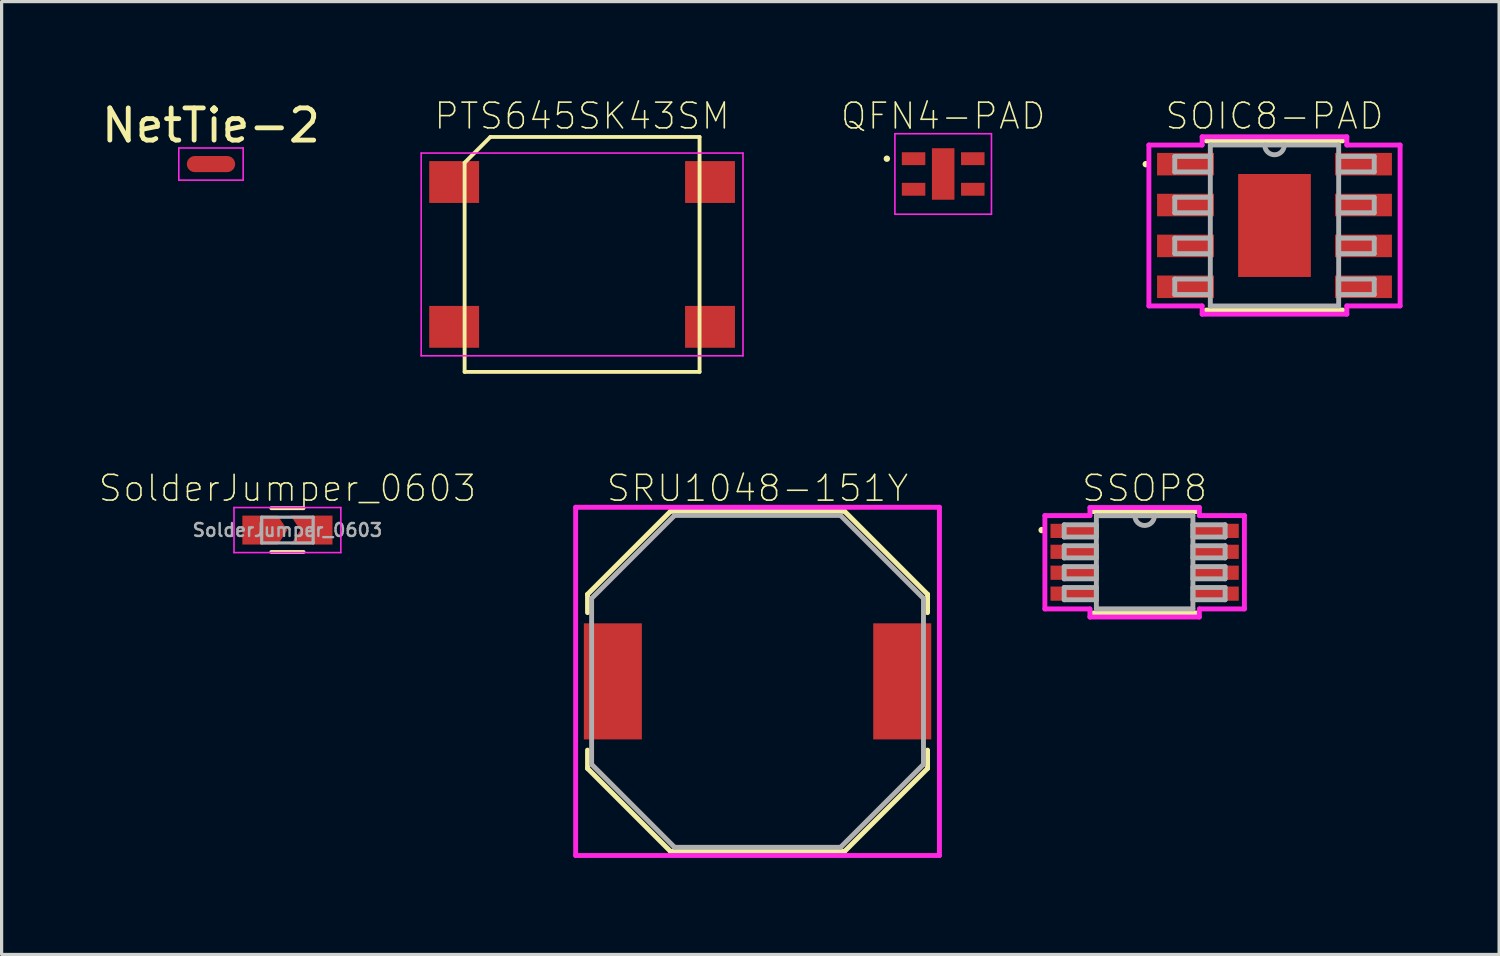
<source format=kicad_pcb>
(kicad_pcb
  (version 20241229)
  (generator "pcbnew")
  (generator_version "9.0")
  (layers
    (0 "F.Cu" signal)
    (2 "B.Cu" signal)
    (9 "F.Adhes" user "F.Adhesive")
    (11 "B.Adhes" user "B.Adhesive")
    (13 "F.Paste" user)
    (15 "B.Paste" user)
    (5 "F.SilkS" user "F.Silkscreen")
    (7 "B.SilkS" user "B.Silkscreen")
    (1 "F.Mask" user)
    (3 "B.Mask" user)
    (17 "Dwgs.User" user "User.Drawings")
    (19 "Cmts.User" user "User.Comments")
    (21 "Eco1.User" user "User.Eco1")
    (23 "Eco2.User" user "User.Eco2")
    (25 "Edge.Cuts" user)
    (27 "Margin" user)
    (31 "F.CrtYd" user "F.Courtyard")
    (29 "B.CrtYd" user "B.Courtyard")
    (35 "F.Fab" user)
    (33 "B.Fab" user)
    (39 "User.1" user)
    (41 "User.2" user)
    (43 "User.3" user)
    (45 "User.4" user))
  (footprint "SOIC8-PAD"
    (layer "F.Cu")
    (at 36.552 3.956)
    (property "Reference" "SOIC8-PAD" (at 0 -3.4 0) (layer "F.SilkS") (effects (font (size 0.8 0.8) (thickness 0.05))))
    (attr through_hole)
    (fp_line (start -2.121 2.629) (end 2.121 2.629) (stroke (width 0.152) (type solid)) (layer "F.SilkS"))
    (fp_line (start 2.121 -2.629) (end -2.121 -2.629) (stroke (width 0.152) (type solid)) (layer "F.SilkS"))
    (fp_circle (center -4 -1.905) (end -3.95 -1.905) (stroke (width 0.1) (type solid)) (fill no) (layer "F.SilkS"))
    (fp_line (start -3.903 -2.5) (end -2.248 -2.5) (stroke (width 0.152) (type solid)) (layer "F.CrtYd"))
    (fp_line (start -3.903 2.5) (end -3.903 -2.5) (stroke (width 0.152) (type solid)) (layer "F.CrtYd"))
    (fp_line (start -2.248 -2.756) (end 2.248 -2.756) (stroke (width 0.152) (type solid)) (layer "F.CrtYd"))
    (fp_line (start -2.248 -2.5) (end -2.248 -2.756) (stroke (width 0.152) (type solid)) (layer "F.CrtYd"))
    (fp_line (start -2.248 2.5) (end -3.903 2.5) (stroke (width 0.152) (type solid)) (layer "F.CrtYd"))
    (fp_line (start -2.248 2.756) (end -2.248 2.5) (stroke (width 0.152) (type solid)) (layer "F.CrtYd"))
    (fp_line (start 2.248 -2.756) (end 2.248 -2.5) (stroke (width 0.152) (type solid)) (layer "F.CrtYd"))
    (fp_line (start 2.248 -2.5) (end 3.903 -2.5) (stroke (width 0.152) (type solid)) (layer "F.CrtYd"))
    (fp_line (start 2.248 2.5) (end 2.248 2.756) (stroke (width 0.152) (type solid)) (layer "F.CrtYd"))
    (fp_line (start 2.248 2.756) (end -2.248 2.756) (stroke (width 0.152) (type solid)) (layer "F.CrtYd"))
    (fp_line (start 3.903 -2.5) (end 3.903 2.5) (stroke (width 0.152) (type solid)) (layer "F.CrtYd"))
    (fp_line (start 3.903 2.5) (end 2.248 2.5) (stroke (width 0.152) (type solid)) (layer "F.CrtYd"))
    (fp_line (start -3.099 -2.146) (end -3.099 -1.664) (stroke (width 0.152) (type solid)) (layer "F.Fab"))
    (fp_line (start -3.099 -1.664) (end -1.994 -1.664) (stroke (width 0.152) (type solid)) (layer "F.Fab"))
    (fp_line (start -3.099 -0.876) (end -3.099 -0.394) (stroke (width 0.152) (type solid)) (layer "F.Fab"))
    (fp_line (start -3.099 -0.394) (end -1.994 -0.394) (stroke (width 0.152) (type solid)) (layer "F.Fab"))
    (fp_line (start -3.099 0.394) (end -3.099 0.876) (stroke (width 0.152) (type solid)) (layer "F.Fab"))
    (fp_line (start -3.099 0.876) (end -1.994 0.876) (stroke (width 0.152) (type solid)) (layer "F.Fab"))
    (fp_line (start -3.099 1.664) (end -3.099 2.146) (stroke (width 0.152) (type solid)) (layer "F.Fab"))
    (fp_line (start -3.099 2.146) (end -1.994 2.146) (stroke (width 0.152) (type solid)) (layer "F.Fab"))
    (fp_line (start -1.994 -2.502) (end -1.994 2.502) (stroke (width 0.152) (type solid)) (layer "F.Fab"))
    (fp_line (start -1.994 -2.146) (end -3.099 -2.146) (stroke (width 0.152) (type solid)) (layer "F.Fab"))
    (fp_line (start -1.994 -1.664) (end -1.994 -2.146) (stroke (width 0.152) (type solid)) (layer "F.Fab"))
    (fp_line (start -1.994 -0.876) (end -3.099 -0.876) (stroke (width 0.152) (type solid)) (layer "F.Fab"))
    (fp_line (start -1.994 -0.394) (end -1.994 -0.876) (stroke (width 0.152) (type solid)) (layer "F.Fab"))
    (fp_line (start -1.994 0.394) (end -3.099 0.394) (stroke (width 0.152) (type solid)) (layer "F.Fab"))
    (fp_line (start -1.994 0.876) (end -1.994 0.394) (stroke (width 0.152) (type solid)) (layer "F.Fab"))
    (fp_line (start -1.994 1.664) (end -3.099 1.664) (stroke (width 0.152) (type solid)) (layer "F.Fab"))
    (fp_line (start -1.994 2.146) (end -1.994 1.664) (stroke (width 0.152) (type solid)) (layer "F.Fab"))
    (fp_line (start -1.994 2.502) (end 1.994 2.502) (stroke (width 0.152) (type solid)) (layer "F.Fab"))
    (fp_line (start 1.994 -2.502) (end -1.994 -2.502) (stroke (width 0.152) (type solid)) (layer "F.Fab"))
    (fp_line (start 1.994 -2.146) (end 1.994 -1.664) (stroke (width 0.152) (type solid)) (layer "F.Fab"))
    (fp_line (start 1.994 -1.664) (end 3.099 -1.664) (stroke (width 0.152) (type solid)) (layer "F.Fab"))
    (fp_line (start 1.994 -0.876) (end 1.994 -0.394) (stroke (width 0.152) (type solid)) (layer "F.Fab"))
    (fp_line (start 1.994 -0.394) (end 3.099 -0.394) (stroke (width 0.152) (type solid)) (layer "F.Fab"))
    (fp_line (start 1.994 0.394) (end 1.994 0.876) (stroke (width 0.152) (type solid)) (layer "F.Fab"))
    (fp_line (start 1.994 0.876) (end 3.099 0.876) (stroke (width 0.152) (type solid)) (layer "F.Fab"))
    (fp_line (start 1.994 1.664) (end 1.994 2.146) (stroke (width 0.152) (type solid)) (layer "F.Fab"))
    (fp_line (start 1.994 2.146) (end 3.099 2.146) (stroke (width 0.152) (type solid)) (layer "F.Fab"))
    (fp_line (start 1.994 2.502) (end 1.994 -2.502) (stroke (width 0.152) (type solid)) (layer "F.Fab"))
    (fp_line (start 3.099 -2.146) (end 1.994 -2.146) (stroke (width 0.152) (type solid)) (layer "F.Fab"))
    (fp_line (start 3.099 -1.664) (end 3.099 -2.146) (stroke (width 0.152) (type solid)) (layer "F.Fab"))
    (fp_line (start 3.099 -0.876) (end 1.994 -0.876) (stroke (width 0.152) (type solid)) (layer "F.Fab"))
    (fp_line (start 3.099 -0.394) (end 3.099 -0.876) (stroke (width 0.152) (type solid)) (layer "F.Fab"))
    (fp_line (start 3.099 0.394) (end 1.994 0.394) (stroke (width 0.152) (type solid)) (layer "F.Fab"))
    (fp_line (start 3.099 0.876) (end 3.099 0.394) (stroke (width 0.152) (type solid)) (layer "F.Fab"))
    (fp_line (start 3.099 1.664) (end 1.994 1.664) (stroke (width 0.152) (type solid)) (layer "F.Fab"))
    (fp_line (start 3.099 2.146) (end 3.099 1.664) (stroke (width 0.152) (type solid)) (layer "F.Fab"))
    (fp_arc (start 0.3048 -2.5019) (mid 0 -2.1971) (end -0.3048 -2.5019) (stroke (width 0.1524) (type solid)) (layer "F.Fab"))
    (pad "1" smd rect (at -2.764 -1.905) (size 1.77 0.7) (layers "F.Cu" "F.Mask" "F.Paste"))
    (pad "2" smd rect (at -2.764 -0.635) (size 1.77 0.7) (layers "F.Cu" "F.Mask" "F.Paste"))
    (pad "3" smd rect (at -2.764 0.635) (size 1.77 0.7) (layers "F.Cu" "F.Mask" "F.Paste"))
    (pad "4" smd rect (at -2.764 1.905) (size 1.77 0.7) (layers "F.Cu" "F.Mask" "F.Paste"))
    (pad "5" smd rect (at 2.764 1.905) (size 1.77 0.7) (layers "F.Cu" "F.Mask" "F.Paste"))
    (pad "6" smd rect (at 2.764 0.635) (size 1.77 0.7) (layers "F.Cu" "F.Mask" "F.Paste"))
    (pad "7" smd rect (at 2.764 -0.635) (size 1.77 0.7) (layers "F.Cu" "F.Mask" "F.Paste"))
    (pad "8" smd rect (at 2.764 -1.905) (size 1.77 0.7) (layers "F.Cu" "F.Mask" "F.Paste"))
    (pad "9" smd rect (at 0 0) (size 2.26 3.2) (layers "F.Cu" "F.Mask" "F.Paste")))
  (footprint "SRU1048-151Y"
    (layer "F.Cu")
    (at 20.489 18.122)
    (property "Reference" "SRU1048-151Y" (at 0 -6 0) (layer "F.SilkS") (effects (font (size 0.8 0.8) (thickness 0.05))))
    (attr through_hole)
    (fp_line (start -5.283 -2.705) (end -5.283 -2.136) (stroke (width 0.152) (type solid)) (layer "F.SilkS"))
    (fp_line (start -5.283 2.136) (end -5.283 2.705) (stroke (width 0.152) (type solid)) (layer "F.SilkS"))
    (fp_line (start -5.283 2.705) (end -2.705 5.283) (stroke (width 0.152) (type solid)) (layer "F.SilkS"))
    (fp_line (start -2.705 -5.283) (end -5.283 -2.705) (stroke (width 0.152) (type solid)) (layer "F.SilkS"))
    (fp_line (start -2.705 5.283) (end 2.705 5.283) (stroke (width 0.152) (type solid)) (layer "F.SilkS"))
    (fp_line (start 2.705 -5.283) (end -2.705 -5.283) (stroke (width 0.152) (type solid)) (layer "F.SilkS"))
    (fp_line (start 2.705 5.283) (end 5.283 2.705) (stroke (width 0.152) (type solid)) (layer "F.SilkS"))
    (fp_line (start 5.283 -2.705) (end 2.705 -5.283) (stroke (width 0.152) (type solid)) (layer "F.SilkS"))
    (fp_line (start 5.283 -2.136) (end 5.283 -2.705) (stroke (width 0.152) (type solid)) (layer "F.SilkS"))
    (fp_line (start 5.283 2.705) (end 5.283 2.136) (stroke (width 0.152) (type solid)) (layer "F.SilkS"))
    (fp_line (start -5.652 -5.41) (end 5.652 -5.41) (stroke (width 0.152) (type solid)) (layer "F.CrtYd"))
    (fp_line (start -5.652 5.41) (end -5.652 -5.41) (stroke (width 0.152) (type solid)) (layer "F.CrtYd"))
    (fp_line (start 5.652 -5.41) (end 5.652 5.41) (stroke (width 0.152) (type solid)) (layer "F.CrtYd"))
    (fp_line (start 5.652 5.41) (end -5.652 5.41) (stroke (width 0.152) (type solid)) (layer "F.CrtYd"))
    (fp_line (start -5.156 -2.578) (end -5.156 2.578) (stroke (width 0.152) (type solid)) (layer "F.Fab"))
    (fp_line (start -5.156 2.578) (end -2.578 5.156) (stroke (width 0.152) (type solid)) (layer "F.Fab"))
    (fp_line (start -2.578 -5.156) (end -5.156 -2.578) (stroke (width 0.152) (type solid)) (layer "F.Fab"))
    (fp_line (start -2.578 5.156) (end 2.578 5.156) (stroke (width 0.152) (type solid)) (layer "F.Fab"))
    (fp_line (start 2.578 -5.156) (end -2.578 -5.156) (stroke (width 0.152) (type solid)) (layer "F.Fab"))
    (fp_line (start 2.578 5.156) (end 5.156 2.578) (stroke (width 0.152) (type solid)) (layer "F.Fab"))
    (fp_line (start 5.156 -2.578) (end 2.578 -5.156) (stroke (width 0.152) (type solid)) (layer "F.Fab"))
    (fp_line (start 5.156 2.578) (end 5.156 -2.578) (stroke (width 0.152) (type solid)) (layer "F.Fab"))
    (pad "1" smd rect (at -4.496 0) (size 1.803 3.607) (layers "F.Cu" "F.Mask" "F.Paste"))
    (pad "2" smd rect (at 4.496 0) (size 1.803 3.607) (layers "F.Cu" "F.Mask" "F.Paste")))
  (footprint "SolderJumper_0603"
    (layer "F.Cu")
    (at 5.881 13.421)
    (property "Reference" "SolderJumper_0603" (at 0 -1.3 0) (layer "F.SilkS") (effects (font (size 0.8 0.8) (thickness 0.05))))
    (attr smd)
    (fp_poly (pts (xy -1.4 -0.45) (xy -1.4 -0.2) (xy -0.9 -0.2) (xy -0.9 -0.45)) (stroke (width 0) (type solid)) (fill yes) (layer "F.Mask"))
    (fp_line (start -0.5 -0.68) (end 0.5 -0.68) (stroke (width 0.12) (type solid)) (layer "F.SilkS"))
    (fp_line (start 0.5 0.68) (end -0.5 0.68) (stroke (width 0.12) (type solid)) (layer "F.SilkS"))
    (fp_line (start -1.66 -0.7) (end -1.66 0.7) (stroke (width 0.05) (type solid)) (layer "F.CrtYd"))
    (fp_line (start -1.66 -0.7) (end 1.66 -0.7) (stroke (width 0.05) (type solid)) (layer "F.CrtYd"))
    (fp_line (start 1.66 0.7) (end -1.66 0.7) (stroke (width 0.05) (type solid)) (layer "F.CrtYd"))
    (fp_line (start 1.66 0.7) (end 1.66 -0.7) (stroke (width 0.05) (type solid)) (layer "F.CrtYd"))
    (fp_line (start -0.8 -0.4) (end 0.8 -0.4) (stroke (width 0.1) (type solid)) (layer "F.Fab"))
    (fp_line (start -0.8 0.4) (end -0.8 -0.4) (stroke (width 0.1) (type solid)) (layer "F.Fab"))
    (fp_line (start 0.8 -0.4) (end 0.8 0.4) (stroke (width 0.1) (type solid)) (layer "F.Fab"))
    (fp_line (start 0.8 0.4) (end -0.8 0.4) (stroke (width 0.1) (type solid)) (layer "F.Fab"))
    (fp_text user "${REFERENCE}" (at 0 0 0) (layer "F.Fab") (effects (font (size 0.4 0.4) (thickness 0.075))))
    (pad "1" smd custom (at -0.8 0) (size 0.8 0.5) (layers "F.Cu" "F.Mask" "F.Paste") (options (anchor rect)) (primitives (gr_poly (pts (xy 0.5 0.45) (xy -0.6 0.45) (xy -0.6 -0.45) (xy 0.5 -0.45) (xy 0.8 0)) (width 0) (fill yes))))
    (pad "2" smd custom (at 0.8 0) (size 0.8 0.5) (layers "F.Cu" "F.Mask" "F.Paste") (options (anchor rect)) (primitives (gr_poly (pts (xy -0.7 -0.45) (xy 0.6 -0.45) (xy 0.6 0.45) (xy -0.7 0.45) (xy -0.4 0)) (width 0) (fill yes)))))
  (footprint "PTS645SK43SM"
    (layer "F.Cu")
    (at 15.037 4.856)
    (property "Reference" "PTS645SK43SM" (at 0 -4.3 180) (layer "F.SilkS") (effects (font (size 0.8 0.8) (thickness 0.05))))
    (attr smd)
    (fp_line (start -3.65 -2.85) (end -3.65 3.65) (stroke (width 0.12) (type solid)) (layer "F.SilkS"))
    (fp_line (start -3.65 3.65) (end 3.65 3.65) (stroke (width 0.12) (type solid)) (layer "F.SilkS"))
    (fp_line (start -2.85 -3.65) (end -3.65 -2.85) (stroke (width 0.12) (type solid)) (layer "F.SilkS"))
    (fp_line (start 3.65 -3.65) (end -2.85 -3.65) (stroke (width 0.12) (type solid)) (layer "F.SilkS"))
    (fp_line (start 3.65 3.65) (end 3.65 -3.65) (stroke (width 0.12) (type solid)) (layer "F.SilkS"))
    (fp_line (start -5 -3.15) (end -5 3.15) (stroke (width 0.05) (type solid)) (layer "F.CrtYd"))
    (fp_line (start -5 3.15) (end 5 3.15) (stroke (width 0.05) (type solid)) (layer "F.CrtYd"))
    (fp_line (start 5 -3.15) (end -5 -3.15) (stroke (width 0.05) (type solid)) (layer "F.CrtYd"))
    (fp_line (start 5 3.15) (end 5 -3.15) (stroke (width 0.05) (type solid)) (layer "F.CrtYd"))
    (pad "1" smd rect (at -3.975 -2.25) (size 1.55 1.3) (layers "F.Cu" "F.Mask" "F.Paste"))
    (pad "1" smd rect (at 3.975 -2.25) (size 1.55 1.3) (layers "F.Cu" "F.Mask" "F.Paste"))
    (pad "2" smd rect (at -3.975 2.25) (size 1.55 1.3) (layers "F.Cu" "F.Mask" "F.Paste"))
    (pad "2" smd rect (at 3.975 2.25) (size 1.55 1.3) (layers "F.Cu" "F.Mask" "F.Paste")))
  (footprint "QFN4-PAD"
    (layer "F.Cu")
    (at 26.257 2.356)
    (property "Reference" "QFN4-PAD" (at 0 -1.8 0) (layer "F.SilkS") (effects (font (size 0.8 0.8) (thickness 0.05))))
    (attr smd)
    (fp_circle (center -1.75 -0.475) (end -1.7 -0.475) (stroke (width 0.1) (type solid)) (fill no) (layer "F.SilkS"))
    (fp_poly (pts (xy -0.211 -0.705) (xy 0.21 -0.705) (xy 0.21 -0.045) (xy -0.211 -0.045)) (stroke (width 0) (type solid)) (fill yes) (layer "F.Paste"))
    (fp_poly (pts (xy -0.21 0.045) (xy 0.21 0.045) (xy 0.21 0.706) (xy -0.21 0.706)) (stroke (width 0) (type solid)) (fill yes) (layer "F.Paste"))
    (fp_line (start -1 1) (end -1 -1) (stroke (width 0.127) (type solid)) (layer "Eco2.User"))
    (fp_line (start 1 -1) (end 1 1) (stroke (width 0.127) (type solid)) (layer "Eco2.User"))
    (fp_line (start -1.5 -1.25) (end 1.5 -1.25) (stroke (width 0.05) (type solid)) (layer "F.CrtYd"))
    (fp_line (start -1.5 1.25) (end -1.5 -1.25) (stroke (width 0.05) (type solid)) (layer "F.CrtYd"))
    (fp_line (start 1.5 -1.25) (end 1.5 1.25) (stroke (width 0.05) (type solid)) (layer "F.CrtYd"))
    (fp_line (start 1.5 1.25) (end -1.5 1.25) (stroke (width 0.05) (type solid)) (layer "F.CrtYd"))
    (pad "1" smd rect (at -0.92 -0.475) (size 0.73 0.4) (layers "F.Cu" "F.Mask" "F.Paste"))
    (pad "2" smd rect (at -0.92 0.475) (size 0.73 0.4) (layers "F.Cu" "F.Mask" "F.Paste"))
    (pad "3" smd rect (at 0.92 0.475) (size 0.73 0.4) (layers "F.Cu" "F.Mask" "F.Paste"))
    (pad "4" smd rect (at 0.92 -0.475) (size 0.73 0.4) (layers "F.Cu" "F.Mask" "F.Paste"))
    (pad "5" smd rect (at 0 0 90) (size 1.6 0.7) (layers "F.Cu" "F.Mask" "F.Paste")))
  (footprint "SSOP8"
    (layer "F.Cu")
    (at 32.517 14.421)
    (property "Reference" "SSOP8" (at 0 -2.3 0) (layer "F.SilkS") (effects (font (size 0.8 0.8) (thickness 0.05))))
    (attr through_hole)
    (fp_line (start -1.6 1.575) (end 1.6 1.575) (stroke (width 0.152) (type solid)) (layer "F.SilkS"))
    (fp_line (start 1.6 -1.575) (end -1.6 -1.575) (stroke (width 0.152) (type solid)) (layer "F.SilkS"))
    (fp_circle (center -3.2 -1) (end -3.15 -1) (stroke (width 0.1) (type solid)) (fill no) (layer "F.SilkS"))
    (fp_line (start -3.1 -1.45) (end -1.7 -1.45) (stroke (width 0.152) (type solid)) (layer "F.CrtYd"))
    (fp_line (start -3.1 1.45) (end -3.1 -1.45) (stroke (width 0.152) (type solid)) (layer "F.CrtYd"))
    (fp_line (start -1.7 -1.702) (end 1.7 -1.702) (stroke (width 0.152) (type solid)) (layer "F.CrtYd"))
    (fp_line (start -1.7 -1.45) (end -1.7 -1.702) (stroke (width 0.152) (type solid)) (layer "F.CrtYd"))
    (fp_line (start -1.7 1.45) (end -3.1 1.45) (stroke (width 0.152) (type solid)) (layer "F.CrtYd"))
    (fp_line (start -1.7 1.702) (end -1.7 1.45) (stroke (width 0.152) (type solid)) (layer "F.CrtYd"))
    (fp_line (start 1.7 -1.702) (end 1.7 -1.45) (stroke (width 0.152) (type solid)) (layer "F.CrtYd"))
    (fp_line (start 1.7 -1.45) (end 3.1 -1.45) (stroke (width 0.152) (type solid)) (layer "F.CrtYd"))
    (fp_line (start 1.7 1.45) (end 1.7 1.702) (stroke (width 0.152) (type solid)) (layer "F.CrtYd"))
    (fp_line (start 1.7 1.702) (end -1.7 1.702) (stroke (width 0.152) (type solid)) (layer "F.CrtYd"))
    (fp_line (start 3.1 -1.45) (end 3.1 1.45) (stroke (width 0.152) (type solid)) (layer "F.CrtYd"))
    (fp_line (start 3.1 1.45) (end 1.7 1.45) (stroke (width 0.152) (type solid)) (layer "F.CrtYd"))
    (fp_line (start -2.5 -1.165) (end -2.5 -0.784) (stroke (width 0.152) (type solid)) (layer "F.Fab"))
    (fp_line (start -2.5 -0.784) (end -1.5 -0.784) (stroke (width 0.152) (type solid)) (layer "F.Fab"))
    (fp_line (start -2.5 -0.515) (end -2.5 -0.135) (stroke (width 0.152) (type solid)) (layer "F.Fab"))
    (fp_line (start -2.5 -0.135) (end -1.5 -0.135) (stroke (width 0.152) (type solid)) (layer "F.Fab"))
    (fp_line (start -2.5 0.135) (end -2.5 0.515) (stroke (width 0.152) (type solid)) (layer "F.Fab"))
    (fp_line (start -2.5 0.515) (end -1.5 0.515) (stroke (width 0.152) (type solid)) (layer "F.Fab"))
    (fp_line (start -2.5 0.784) (end -2.5 1.165) (stroke (width 0.152) (type solid)) (layer "F.Fab"))
    (fp_line (start -2.5 1.165) (end -1.5 1.165) (stroke (width 0.152) (type solid)) (layer "F.Fab"))
    (fp_line (start -1.5 -1.448) (end -1.5 1.448) (stroke (width 0.152) (type solid)) (layer "F.Fab"))
    (fp_line (start -1.5 -1.165) (end -2.5 -1.165) (stroke (width 0.152) (type solid)) (layer "F.Fab"))
    (fp_line (start -1.5 -0.784) (end -1.5 -1.165) (stroke (width 0.152) (type solid)) (layer "F.Fab"))
    (fp_line (start -1.5 -0.515) (end -2.5 -0.515) (stroke (width 0.152) (type solid)) (layer "F.Fab"))
    (fp_line (start -1.5 -0.135) (end -1.5 -0.515) (stroke (width 0.152) (type solid)) (layer "F.Fab"))
    (fp_line (start -1.5 0.135) (end -2.5 0.135) (stroke (width 0.152) (type solid)) (layer "F.Fab"))
    (fp_line (start -1.5 0.515) (end -1.5 0.135) (stroke (width 0.152) (type solid)) (layer "F.Fab"))
    (fp_line (start -1.5 0.784) (end -2.5 0.784) (stroke (width 0.152) (type solid)) (layer "F.Fab"))
    (fp_line (start -1.5 1.165) (end -1.5 0.784) (stroke (width 0.152) (type solid)) (layer "F.Fab"))
    (fp_line (start -1.5 1.448) (end 1.5 1.448) (stroke (width 0.152) (type solid)) (layer "F.Fab"))
    (fp_line (start 1.5 -1.448) (end -1.5 -1.448) (stroke (width 0.152) (type solid)) (layer "F.Fab"))
    (fp_line (start 1.5 -1.165) (end 1.5 -0.784) (stroke (width 0.152) (type solid)) (layer "F.Fab"))
    (fp_line (start 1.5 -0.784) (end 2.5 -0.784) (stroke (width 0.152) (type solid)) (layer "F.Fab"))
    (fp_line (start 1.5 -0.515) (end 1.5 -0.135) (stroke (width 0.152) (type solid)) (layer "F.Fab"))
    (fp_line (start 1.5 -0.135) (end 2.5 -0.135) (stroke (width 0.152) (type solid)) (layer "F.Fab"))
    (fp_line (start 1.5 0.135) (end 1.5 0.515) (stroke (width 0.152) (type solid)) (layer "F.Fab"))
    (fp_line (start 1.5 0.515) (end 2.5 0.515) (stroke (width 0.152) (type solid)) (layer "F.Fab"))
    (fp_line (start 1.5 0.784) (end 1.5 1.165) (stroke (width 0.152) (type solid)) (layer "F.Fab"))
    (fp_line (start 1.5 1.165) (end 2.5 1.165) (stroke (width 0.152) (type solid)) (layer "F.Fab"))
    (fp_line (start 1.5 1.448) (end 1.5 -1.448) (stroke (width 0.152) (type solid)) (layer "F.Fab"))
    (fp_line (start 2.5 -1.165) (end 1.5 -1.165) (stroke (width 0.152) (type solid)) (layer "F.Fab"))
    (fp_line (start 2.5 -0.784) (end 2.5 -1.165) (stroke (width 0.152) (type solid)) (layer "F.Fab"))
    (fp_line (start 2.5 -0.515) (end 1.5 -0.515) (stroke (width 0.152) (type solid)) (layer "F.Fab"))
    (fp_line (start 2.5 -0.135) (end 2.5 -0.515) (stroke (width 0.152) (type solid)) (layer "F.Fab"))
    (fp_line (start 2.5 0.135) (end 1.5 0.135) (stroke (width 0.152) (type solid)) (layer "F.Fab"))
    (fp_line (start 2.5 0.515) (end 2.5 0.135) (stroke (width 0.152) (type solid)) (layer "F.Fab"))
    (fp_line (start 2.5 0.784) (end 1.5 0.784) (stroke (width 0.152) (type solid)) (layer "F.Fab"))
    (fp_line (start 2.5 1.165) (end 2.5 0.784) (stroke (width 0.152) (type solid)) (layer "F.Fab"))
    (fp_arc (start 0.3048 -1.4478) (mid 0 -1.143) (end -0.3048 -1.4478) (stroke (width 0.1524) (type solid)) (layer "F.Fab"))
    (pad "1" smd rect (at -2.2 -0.975) (size 1.45 0.441) (layers "F.Cu" "F.Mask" "F.Paste"))
    (pad "2" smd rect (at -2.2 -0.325) (size 1.45 0.441) (layers "F.Cu" "F.Mask" "F.Paste"))
    (pad "3" smd rect (at -2.2 0.325) (size 1.45 0.441) (layers "F.Cu" "F.Mask" "F.Paste"))
    (pad "4" smd rect (at -2.2 0.975) (size 1.45 0.441) (layers "F.Cu" "F.Mask" "F.Paste"))
    (pad "5" smd rect (at 2.2 0.975) (size 1.45 0.441) (layers "F.Cu" "F.Mask" "F.Paste"))
    (pad "6" smd rect (at 2.2 0.325) (size 1.45 0.441) (layers "F.Cu" "F.Mask" "F.Paste"))
    (pad "7" smd rect (at 2.2 -0.325) (size 1.45 0.441) (layers "F.Cu" "F.Mask" "F.Paste"))
    (pad "8" smd rect (at 2.2 -0.975) (size 1.45 0.441) (layers "F.Cu" "F.Mask" "F.Paste")))
  (footprint "NetTie-2"
    (layer "F.Cu")
    (at 3.506 2.048)
    (property "Reference" "NetTie-2" (at 0 -1.2 0) (layer "F.SilkS") (effects (font (size 1 1) (thickness 0.15))))
    (attr exclude_from_pos_files exclude_from_bom)
    (fp_poly (pts (xy -0.5 -0.25) (xy 0.5 -0.25) (xy 0.5 0.25) (xy -0.5 0.25)) (stroke (width 0) (type solid)) (fill yes) (layer "F.Cu"))
    (fp_line (start -1 -0.5) (end -1 0.5) (stroke (width 0.05) (type solid)) (layer "F.CrtYd"))
    (fp_line (start -1 0.5) (end 1 0.5) (stroke (width 0.05) (type solid)) (layer "F.CrtYd"))
    (fp_line (start 1 -0.5) (end -1 -0.5) (stroke (width 0.05) (type solid)) (layer "F.CrtYd"))
    (fp_line (start 1 0.5) (end 1 -0.5) (stroke (width 0.05) (type solid)) (layer "F.CrtYd"))
    (pad "1" smd circle (at -0.5 0) (size 0.5 0.5) (layers "F.Cu"))
    (pad "2" smd circle (at 0.5 0) (size 0.5 0.5) (layers "F.Cu")))
  (gr_rect
    (start -3 -3)
    (end 43.531 26.608)
    (stroke (width 0.1) (type default))
    (fill no)
    (layer "Edge.Cuts")))
</source>
